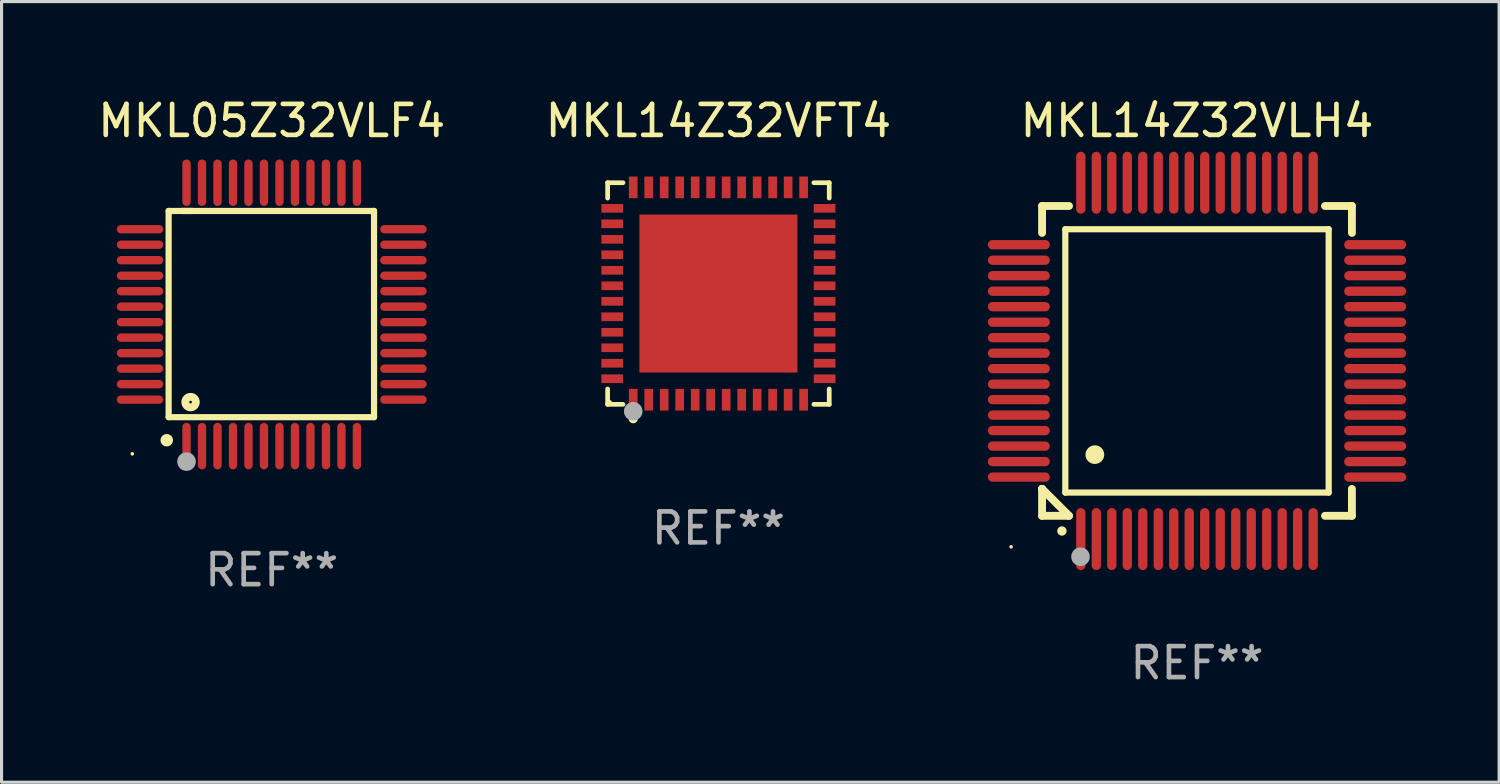
<source format=kicad_pcb>
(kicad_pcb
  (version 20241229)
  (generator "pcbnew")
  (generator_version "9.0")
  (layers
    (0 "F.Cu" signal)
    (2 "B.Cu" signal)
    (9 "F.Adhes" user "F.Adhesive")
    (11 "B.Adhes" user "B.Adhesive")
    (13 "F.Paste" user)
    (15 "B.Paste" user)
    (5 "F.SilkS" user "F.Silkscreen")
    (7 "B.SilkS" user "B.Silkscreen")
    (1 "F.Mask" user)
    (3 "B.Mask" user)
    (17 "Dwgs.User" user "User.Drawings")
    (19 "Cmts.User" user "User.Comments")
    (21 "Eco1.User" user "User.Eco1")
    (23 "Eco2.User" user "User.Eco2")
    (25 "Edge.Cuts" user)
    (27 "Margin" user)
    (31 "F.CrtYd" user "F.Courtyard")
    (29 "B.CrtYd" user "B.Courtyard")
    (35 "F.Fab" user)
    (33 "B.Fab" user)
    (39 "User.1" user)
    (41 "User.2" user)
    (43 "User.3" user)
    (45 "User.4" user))
  (footprint "MKL05Z32VLF4"
    (layer "F.Cu")
    (at 5.72 7.098)
    (property "Reference" "MKL05Z32VLF4" (at 0 -6.25 0) (layer "F.SilkS") (effects (font (size 1 1) (thickness 0.15))))
    (attr through_hole)
    (fp_line (start -3.327 -3.34) (end -2.565 -3.34) (stroke (width 0.2) (type solid)) (layer "F.SilkS"))
    (fp_line (start -3.327 3.315) (end -3.327 -3.34) (stroke (width 0.2) (type solid)) (layer "F.SilkS"))
    (fp_line (start -2.896 -3.34) (end 3.302 -3.34) (stroke (width 0.2) (type solid)) (layer "F.SilkS"))
    (fp_line (start 3.302 -3.34) (end 3.302 3.315) (stroke (width 0.2) (type solid)) (layer "F.SilkS"))
    (fp_line (start 3.302 3.315) (end -3.327 3.315) (stroke (width 0.2) (type solid)) (layer "F.SilkS"))
    (fp_arc (start -3.389992 4.059995) (mid -3.388722 4.059991) (end -3.387452 4.059995) (stroke (width 0.4) (type solid)) (layer "F.SilkS"))
    (fp_circle (center -4.5 4.5) (end -4.47 4.5) (stroke (width 0.06) (type solid)) (fill no) (layer "F.SilkS"))
    (fp_circle (center -2.62 2.83) (end -2.45 2.83) (stroke (width 0.254) (type solid)) (fill no) (layer "F.SilkS"))
    (fp_circle (center -2.75 4.75) (end -2.6 4.75) (stroke (width 0.3) (type solid)) (fill no) (layer "F.Fab"))
    (fp_text user "REF**" (at 0 8.25 0) (layer "F.Fab") (effects (font (size 1 1) (thickness 0.15))))
    (pad "1" smd oval (at -2.75 4.25) (size 0.27 1.5) (layers "F.Cu" "F.Mask" "F.Paste"))
    (pad "2" smd oval (at -2.25 4.25) (size 0.27 1.5) (layers "F.Cu" "F.Mask" "F.Paste"))
    (pad "3" smd oval (at -1.75 4.25) (size 0.27 1.5) (layers "F.Cu" "F.Mask" "F.Paste"))
    (pad "4" smd oval (at -1.25 4.25) (size 0.27 1.5) (layers "F.Cu" "F.Mask" "F.Paste"))
    (pad "5" smd oval (at -0.75 4.25) (size 0.27 1.5) (layers "F.Cu" "F.Mask" "F.Paste"))
    (pad "6" smd oval (at -0.25 4.25) (size 0.27 1.5) (layers "F.Cu" "F.Mask" "F.Paste"))
    (pad "7" smd oval (at 0.25 4.25) (size 0.27 1.5) (layers "F.Cu" "F.Mask" "F.Paste"))
    (pad "8" smd oval (at 0.75 4.25) (size 0.27 1.5) (layers "F.Cu" "F.Mask" "F.Paste"))
    (pad "9" smd oval (at 1.25 4.25) (size 0.27 1.5) (layers "F.Cu" "F.Mask" "F.Paste"))
    (pad "10" smd oval (at 1.75 4.25) (size 0.27 1.5) (layers "F.Cu" "F.Mask" "F.Paste"))
    (pad "11" smd oval (at 2.25 4.25) (size 0.27 1.5) (layers "F.Cu" "F.Mask" "F.Paste"))
    (pad "12" smd oval (at 2.75 4.25) (size 0.27 1.5) (layers "F.Cu" "F.Mask" "F.Paste"))
    (pad "13" smd oval (at 4.25 2.75) (size 1.5 0.27) (layers "F.Cu" "F.Mask" "F.Paste"))
    (pad "14" smd oval (at 4.25 2.25) (size 1.5 0.27) (layers "F.Cu" "F.Mask" "F.Paste"))
    (pad "15" smd oval (at 4.25 1.75) (size 1.5 0.27) (layers "F.Cu" "F.Mask" "F.Paste"))
    (pad "16" smd oval (at 4.25 1.25) (size 1.5 0.27) (layers "F.Cu" "F.Mask" "F.Paste"))
    (pad "17" smd oval (at 4.25 0.75) (size 1.5 0.27) (layers "F.Cu" "F.Mask" "F.Paste"))
    (pad "18" smd oval (at 4.25 0.25) (size 1.5 0.27) (layers "F.Cu" "F.Mask" "F.Paste"))
    (pad "19" smd oval (at 4.25 -0.25) (size 1.5 0.27) (layers "F.Cu" "F.Mask" "F.Paste"))
    (pad "20" smd oval (at 4.25 -0.75) (size 1.5 0.27) (layers "F.Cu" "F.Mask" "F.Paste"))
    (pad "21" smd oval (at 4.25 -1.25) (size 1.5 0.27) (layers "F.Cu" "F.Mask" "F.Paste"))
    (pad "22" smd oval (at 4.25 -1.75) (size 1.5 0.27) (layers "F.Cu" "F.Mask" "F.Paste"))
    (pad "23" smd oval (at 4.25 -2.25) (size 1.5 0.27) (layers "F.Cu" "F.Mask" "F.Paste"))
    (pad "24" smd oval (at 4.25 -2.75) (size 1.5 0.27) (layers "F.Cu" "F.Mask" "F.Paste"))
    (pad "25" smd oval (at 2.75 -4.25) (size 0.27 1.5) (layers "F.Cu" "F.Mask" "F.Paste"))
    (pad "26" smd oval (at 2.25 -4.25) (size 0.27 1.5) (layers "F.Cu" "F.Mask" "F.Paste"))
    (pad "27" smd oval (at 1.75 -4.25) (size 0.27 1.5) (layers "F.Cu" "F.Mask" "F.Paste"))
    (pad "28" smd oval (at 1.25 -4.25) (size 0.27 1.5) (layers "F.Cu" "F.Mask" "F.Paste"))
    (pad "29" smd oval (at 0.75 -4.25) (size 0.27 1.5) (layers "F.Cu" "F.Mask" "F.Paste"))
    (pad "30" smd oval (at 0.25 -4.25) (size 0.27 1.5) (layers "F.Cu" "F.Mask" "F.Paste"))
    (pad "31" smd oval (at -0.25 -4.25) (size 0.27 1.5) (layers "F.Cu" "F.Mask" "F.Paste"))
    (pad "32" smd oval (at -0.75 -4.25) (size 0.27 1.5) (layers "F.Cu" "F.Mask" "F.Paste"))
    (pad "33" smd oval (at -1.25 -4.25) (size 0.27 1.5) (layers "F.Cu" "F.Mask" "F.Paste"))
    (pad "34" smd oval (at -1.75 -4.25) (size 0.27 1.5) (layers "F.Cu" "F.Mask" "F.Paste"))
    (pad "35" smd oval (at -2.25 -4.25) (size 0.27 1.5) (layers "F.Cu" "F.Mask" "F.Paste"))
    (pad "36" smd oval (at -2.75 -4.25) (size 0.27 1.5) (layers "F.Cu" "F.Mask" "F.Paste"))
    (pad "37" smd oval (at -4.25 -2.75) (size 1.5 0.27) (layers "F.Cu" "F.Mask" "F.Paste"))
    (pad "38" smd oval (at -4.25 -2.25) (size 1.5 0.27) (layers "F.Cu" "F.Mask" "F.Paste"))
    (pad "39" smd oval (at -4.25 -1.75) (size 1.5 0.27) (layers "F.Cu" "F.Mask" "F.Paste"))
    (pad "40" smd oval (at -4.25 -1.25) (size 1.5 0.27) (layers "F.Cu" "F.Mask" "F.Paste"))
    (pad "41" smd oval (at -4.25 -0.75) (size 1.5 0.27) (layers "F.Cu" "F.Mask" "F.Paste"))
    (pad "42" smd oval (at -4.25 -0.25) (size 1.5 0.27) (layers "F.Cu" "F.Mask" "F.Paste"))
    (pad "43" smd oval (at -4.25 0.25) (size 1.5 0.27) (layers "F.Cu" "F.Mask" "F.Paste"))
    (pad "44" smd oval (at -4.25 0.75) (size 1.5 0.27) (layers "F.Cu" "F.Mask" "F.Paste"))
    (pad "45" smd oval (at -4.25 1.25) (size 1.5 0.27) (layers "F.Cu" "F.Mask" "F.Paste"))
    (pad "46" smd oval (at -4.25 1.75) (size 1.5 0.27) (layers "F.Cu" "F.Mask" "F.Paste"))
    (pad "47" smd oval (at -4.25 2.25) (size 1.5 0.27) (layers "F.Cu" "F.Mask" "F.Paste"))
    (pad "48" smd oval (at -4.25 2.75) (size 1.5 0.27) (layers "F.Cu" "F.Mask" "F.Paste")))
  (footprint "MKL14Z32VLH4"
    (layer "F.Cu")
    (at 35.583 8.598)
    (property "Reference" "MKL14Z32VLH4" (at 0 -7.75 0) (layer "F.SilkS") (effects (font (size 1 1) (thickness 0.15))))
    (attr through_hole)
    (fp_line (start -5 -5) (end -4.131 -5) (stroke (width 0.254) (type solid)) (layer "F.SilkS"))
    (fp_line (start -5 -4.131) (end -5 -5) (stroke (width 0.254) (type solid)) (layer "F.SilkS"))
    (fp_line (start -5 4.131) (end -5 4.131) (stroke (width 0.254) (type solid)) (layer "F.SilkS"))
    (fp_line (start -5 5) (end -5 4.131) (stroke (width 0.254) (type solid)) (layer "F.SilkS"))
    (fp_line (start -5 4.131) (end -4.131 5) (stroke (width 0.254) (type solid)) (layer "F.SilkS"))
    (fp_line (start -4.25 -4.25) (end -4.25 4.25) (stroke (width 0.2) (type solid)) (layer "F.SilkS"))
    (fp_line (start -4.25 4.25) (end 4.25 4.25) (stroke (width 0.2) (type solid)) (layer "F.SilkS"))
    (fp_line (start -4.131 5) (end -5 5) (stroke (width 0.254) (type solid)) (layer "F.SilkS"))
    (fp_line (start 4.25 -4.25) (end -4.25 -4.25) (stroke (width 0.2) (type solid)) (layer "F.SilkS"))
    (fp_line (start 4.25 4.25) (end 4.25 -4.25) (stroke (width 0.2) (type solid)) (layer "F.SilkS"))
    (fp_line (start 5 -5) (end 4.131 -5) (stroke (width 0.254) (type solid)) (layer "F.SilkS"))
    (fp_line (start 5 -5) (end 5 -4.131) (stroke (width 0.254) (type solid)) (layer "F.SilkS"))
    (fp_line (start 5 4.131) (end 5 5) (stroke (width 0.254) (type solid)) (layer "F.SilkS"))
    (fp_line (start 5 5) (end 4.131 5) (stroke (width 0.254) (type solid)) (layer "F.SilkS"))
    (fp_arc (start -4.361265 5.489992) (mid -4.359995 5.489987) (end -4.358725 5.489992) (stroke (width 0.3) (type solid)) (layer "F.SilkS"))
    (fp_arc (start -3.299467 3.025146) (mid -3.296927 3.025135) (end -3.294387 3.025146) (stroke (width 0.6) (type solid)) (layer "F.SilkS"))
    (fp_circle (center -6 6) (end -5.97 6) (stroke (width 0.06) (type solid)) (fill no) (layer "F.SilkS"))
    (fp_circle (center -3.76 6.32) (end -3.61 6.32) (stroke (width 0.3) (type solid)) (fill no) (layer "F.Fab"))
    (fp_text user "REF**" (at 0 9.75 0) (layer "F.Fab") (effects (font (size 1 1) (thickness 0.15))))
    (pad "1" smd oval (at -3.75 5.75) (size 0.3 2) (layers "F.Cu" "F.Mask" "F.Paste"))
    (pad "2" smd oval (at -3.25 5.75) (size 0.3 2) (layers "F.Cu" "F.Mask" "F.Paste"))
    (pad "3" smd oval (at -2.75 5.75) (size 0.3 2) (layers "F.Cu" "F.Mask" "F.Paste"))
    (pad "4" smd oval (at -2.25 5.75) (size 0.3 2) (layers "F.Cu" "F.Mask" "F.Paste"))
    (pad "5" smd oval (at -1.75 5.75) (size 0.3 2) (layers "F.Cu" "F.Mask" "F.Paste"))
    (pad "6" smd oval (at -1.25 5.75) (size 0.3 2) (layers "F.Cu" "F.Mask" "F.Paste"))
    (pad "7" smd oval (at -0.75 5.75) (size 0.3 2) (layers "F.Cu" "F.Mask" "F.Paste"))
    (pad "8" smd oval (at -0.25 5.75) (size 0.3 2) (layers "F.Cu" "F.Mask" "F.Paste"))
    (pad "9" smd oval (at 0.25 5.75) (size 0.3 2) (layers "F.Cu" "F.Mask" "F.Paste"))
    (pad "10" smd oval (at 0.75 5.75) (size 0.3 2) (layers "F.Cu" "F.Mask" "F.Paste"))
    (pad "11" smd oval (at 1.25 5.75) (size 0.3 2) (layers "F.Cu" "F.Mask" "F.Paste"))
    (pad "12" smd oval (at 1.75 5.75) (size 0.3 2) (layers "F.Cu" "F.Mask" "F.Paste"))
    (pad "13" smd oval (at 2.25 5.75) (size 0.3 2) (layers "F.Cu" "F.Mask" "F.Paste"))
    (pad "14" smd oval (at 2.75 5.75) (size 0.3 2) (layers "F.Cu" "F.Mask" "F.Paste"))
    (pad "15" smd oval (at 3.25 5.75) (size 0.3 2) (layers "F.Cu" "F.Mask" "F.Paste"))
    (pad "16" smd oval (at 3.75 5.75) (size 0.3 2) (layers "F.Cu" "F.Mask" "F.Paste"))
    (pad "17" smd oval (at 5.75 3.75) (size 2 0.3) (layers "F.Cu" "F.Mask" "F.Paste"))
    (pad "18" smd oval (at 5.75 3.25) (size 2 0.3) (layers "F.Cu" "F.Mask" "F.Paste"))
    (pad "19" smd oval (at 5.75 2.75) (size 2 0.3) (layers "F.Cu" "F.Mask" "F.Paste"))
    (pad "20" smd oval (at 5.75 2.25) (size 2 0.3) (layers "F.Cu" "F.Mask" "F.Paste"))
    (pad "21" smd oval (at 5.75 1.75) (size 2 0.3) (layers "F.Cu" "F.Mask" "F.Paste"))
    (pad "22" smd oval (at 5.75 1.25) (size 2 0.3) (layers "F.Cu" "F.Mask" "F.Paste"))
    (pad "23" smd oval (at 5.75 0.75) (size 2 0.3) (layers "F.Cu" "F.Mask" "F.Paste"))
    (pad "24" smd oval (at 5.75 0.25) (size 2 0.3) (layers "F.Cu" "F.Mask" "F.Paste"))
    (pad "25" smd oval (at 5.75 -0.25) (size 2 0.3) (layers "F.Cu" "F.Mask" "F.Paste"))
    (pad "26" smd oval (at 5.75 -0.75) (size 2 0.3) (layers "F.Cu" "F.Mask" "F.Paste"))
    (pad "27" smd oval (at 5.75 -1.25) (size 2 0.3) (layers "F.Cu" "F.Mask" "F.Paste"))
    (pad "28" smd oval (at 5.75 -1.75) (size 2 0.3) (layers "F.Cu" "F.Mask" "F.Paste"))
    (pad "29" smd oval (at 5.75 -2.25) (size 2 0.3) (layers "F.Cu" "F.Mask" "F.Paste"))
    (pad "30" smd oval (at 5.75 -2.75) (size 2 0.3) (layers "F.Cu" "F.Mask" "F.Paste"))
    (pad "31" smd oval (at 5.75 -3.25) (size 2 0.3) (layers "F.Cu" "F.Mask" "F.Paste"))
    (pad "32" smd oval (at 5.75 -3.75) (size 2 0.3) (layers "F.Cu" "F.Mask" "F.Paste"))
    (pad "33" smd oval (at 3.75 -5.75) (size 0.3 2) (layers "F.Cu" "F.Mask" "F.Paste"))
    (pad "34" smd oval (at 3.25 -5.75) (size 0.3 2) (layers "F.Cu" "F.Mask" "F.Paste"))
    (pad "35" smd oval (at 2.75 -5.75) (size 0.3 2) (layers "F.Cu" "F.Mask" "F.Paste"))
    (pad "36" smd oval (at 2.25 -5.75) (size 0.3 2) (layers "F.Cu" "F.Mask" "F.Paste"))
    (pad "37" smd oval (at 1.75 -5.75) (size 0.3 2) (layers "F.Cu" "F.Mask" "F.Paste"))
    (pad "38" smd oval (at 1.25 -5.75) (size 0.3 2) (layers "F.Cu" "F.Mask" "F.Paste"))
    (pad "39" smd oval (at 0.75 -5.75) (size 0.3 2) (layers "F.Cu" "F.Mask" "F.Paste"))
    (pad "40" smd oval (at 0.25 -5.75) (size 0.3 2) (layers "F.Cu" "F.Mask" "F.Paste"))
    (pad "41" smd oval (at -0.25 -5.75) (size 0.3 2) (layers "F.Cu" "F.Mask" "F.Paste"))
    (pad "42" smd oval (at -0.75 -5.75) (size 0.3 2) (layers "F.Cu" "F.Mask" "F.Paste"))
    (pad "43" smd oval (at -1.25 -5.75) (size 0.3 2) (layers "F.Cu" "F.Mask" "F.Paste"))
    (pad "44" smd oval (at -1.75 -5.75) (size 0.3 2) (layers "F.Cu" "F.Mask" "F.Paste"))
    (pad "45" smd oval (at -2.25 -5.75) (size 0.3 2) (layers "F.Cu" "F.Mask" "F.Paste"))
    (pad "46" smd oval (at -2.75 -5.75) (size 0.3 2) (layers "F.Cu" "F.Mask" "F.Paste"))
    (pad "47" smd oval (at -3.25 -5.75) (size 0.3 2) (layers "F.Cu" "F.Mask" "F.Paste"))
    (pad "48" smd oval (at -3.75 -5.75) (size 0.3 2) (layers "F.Cu" "F.Mask" "F.Paste"))
    (pad "49" smd oval (at -5.75 -3.75) (size 2 0.3) (layers "F.Cu" "F.Mask" "F.Paste"))
    (pad "50" smd oval (at -5.75 -3.25) (size 2 0.3) (layers "F.Cu" "F.Mask" "F.Paste"))
    (pad "51" smd oval (at -5.75 -2.75) (size 2 0.3) (layers "F.Cu" "F.Mask" "F.Paste"))
    (pad "52" smd oval (at -5.75 -2.25) (size 2 0.3) (layers "F.Cu" "F.Mask" "F.Paste"))
    (pad "53" smd oval (at -5.75 -1.75) (size 2 0.3) (layers "F.Cu" "F.Mask" "F.Paste"))
    (pad "54" smd oval (at -5.75 -1.25) (size 2 0.3) (layers "F.Cu" "F.Mask" "F.Paste"))
    (pad "55" smd oval (at -5.75 -0.75) (size 2 0.3) (layers "F.Cu" "F.Mask" "F.Paste"))
    (pad "56" smd oval (at -5.75 -0.25) (size 2 0.3) (layers "F.Cu" "F.Mask" "F.Paste"))
    (pad "57" smd oval (at -5.75 0.25) (size 2 0.3) (layers "F.Cu" "F.Mask" "F.Paste"))
    (pad "58" smd oval (at -5.75 0.75) (size 2 0.3) (layers "F.Cu" "F.Mask" "F.Paste"))
    (pad "59" smd oval (at -5.75 1.25) (size 2 0.3) (layers "F.Cu" "F.Mask" "F.Paste"))
    (pad "60" smd oval (at -5.75 1.75) (size 2 0.3) (layers "F.Cu" "F.Mask" "F.Paste"))
    (pad "61" smd oval (at -5.75 2.25) (size 2 0.3) (layers "F.Cu" "F.Mask" "F.Paste"))
    (pad "62" smd oval (at -5.75 2.75) (size 2 0.3) (layers "F.Cu" "F.Mask" "F.Paste"))
    (pad "63" smd oval (at -5.75 3.25) (size 2 0.3) (layers "F.Cu" "F.Mask" "F.Paste"))
    (pad "64" smd oval (at -5.75 3.75) (size 2 0.3) (layers "F.Cu" "F.Mask" "F.Paste")))
  (footprint "MKL14Z32VFT4"
    (layer "F.Cu")
    (at 20.137 6.424)
    (property "Reference" "MKL14Z32VFT4" (at 0 -5.576 0) (layer "F.SilkS") (effects (font (size 1 1) (thickness 0.15))))
    (attr through_hole)
    (fp_line (start -3.576 -3.576) (end -3.081 -3.576) (stroke (width 0.152) (type solid)) (layer "F.SilkS"))
    (fp_line (start -3.576 -3.081) (end -3.576 -3.576) (stroke (width 0.152) (type solid)) (layer "F.SilkS"))
    (fp_line (start -3.576 3.081) (end -3.576 3.576) (stroke (width 0.152) (type solid)) (layer "F.SilkS"))
    (fp_line (start -3.576 3.576) (end -3.081 3.576) (stroke (width 0.152) (type solid)) (layer "F.SilkS"))
    (fp_line (start 3.576 -3.576) (end 3.081 -3.576) (stroke (width 0.152) (type solid)) (layer "F.SilkS"))
    (fp_line (start 3.576 -3.081) (end 3.576 -3.576) (stroke (width 0.152) (type solid)) (layer "F.SilkS"))
    (fp_line (start 3.576 3.081) (end 3.576 3.576) (stroke (width 0.152) (type solid)) (layer "F.SilkS"))
    (fp_line (start 3.576 3.576) (end 3.081 3.576) (stroke (width 0.152) (type solid)) (layer "F.SilkS"))
    (fp_circle (center -3.5 3.5) (end -3.47 3.5) (stroke (width 0.06) (type solid)) (fill no) (layer "F.SilkS"))
    (fp_circle (center -2.75 4.04) (end -2.675 4.04) (stroke (width 0.15) (type solid)) (fill no) (layer "F.SilkS"))
    (fp_circle (center -2.75 3.8) (end -2.6 3.8) (stroke (width 0.3) (type solid)) (fill no) (layer "F.Fab"))
    (fp_text user "REF**" (at 0 7.576 0) (layer "F.Fab") (effects (font (size 1 1) (thickness 0.15))))
    (pad "1" smd rect (at -2.75 3.427) (size 0.28 0.7) (layers "F.Cu" "F.Mask" "F.Paste"))
    (pad "2" smd rect (at -2.25 3.427) (size 0.28 0.7) (layers "F.Cu" "F.Mask" "F.Paste"))
    (pad "3" smd rect (at -1.75 3.427) (size 0.28 0.7) (layers "F.Cu" "F.Mask" "F.Paste"))
    (pad "4" smd rect (at -1.25 3.427) (size 0.28 0.7) (layers "F.Cu" "F.Mask" "F.Paste"))
    (pad "5" smd rect (at -0.75 3.427) (size 0.28 0.7) (layers "F.Cu" "F.Mask" "F.Paste"))
    (pad "6" smd rect (at -0.25 3.427) (size 0.28 0.7) (layers "F.Cu" "F.Mask" "F.Paste"))
    (pad "7" smd rect (at 0.25 3.427) (size 0.28 0.7) (layers "F.Cu" "F.Mask" "F.Paste"))
    (pad "8" smd rect (at 0.75 3.427) (size 0.28 0.7) (layers "F.Cu" "F.Mask" "F.Paste"))
    (pad "9" smd rect (at 1.25 3.427) (size 0.28 0.7) (layers "F.Cu" "F.Mask" "F.Paste"))
    (pad "10" smd rect (at 1.75 3.427) (size 0.28 0.7) (layers "F.Cu" "F.Mask" "F.Paste"))
    (pad "11" smd rect (at 2.25 3.427) (size 0.28 0.7) (layers "F.Cu" "F.Mask" "F.Paste"))
    (pad "12" smd rect (at 2.75 3.427) (size 0.28 0.7) (layers "F.Cu" "F.Mask" "F.Paste"))
    (pad "13" smd rect (at 3.427 2.75) (size 0.7 0.28) (layers "F.Cu" "F.Mask" "F.Paste"))
    (pad "14" smd rect (at 3.427 2.25) (size 0.7 0.28) (layers "F.Cu" "F.Mask" "F.Paste"))
    (pad "15" smd rect (at 3.427 1.75) (size 0.7 0.28) (layers "F.Cu" "F.Mask" "F.Paste"))
    (pad "16" smd rect (at 3.427 1.25) (size 0.7 0.28) (layers "F.Cu" "F.Mask" "F.Paste"))
    (pad "17" smd rect (at 3.427 0.75) (size 0.7 0.28) (layers "F.Cu" "F.Mask" "F.Paste"))
    (pad "18" smd rect (at 3.427 0.25) (size 0.7 0.28) (layers "F.Cu" "F.Mask" "F.Paste"))
    (pad "19" smd rect (at 3.427 -0.25) (size 0.7 0.28) (layers "F.Cu" "F.Mask" "F.Paste"))
    (pad "20" smd rect (at 3.427 -0.75) (size 0.7 0.28) (layers "F.Cu" "F.Mask" "F.Paste"))
    (pad "21" smd rect (at 3.427 -1.25) (size 0.7 0.28) (layers "F.Cu" "F.Mask" "F.Paste"))
    (pad "22" smd rect (at 3.427 -1.75) (size 0.7 0.28) (layers "F.Cu" "F.Mask" "F.Paste"))
    (pad "23" smd rect (at 3.427 -2.25) (size 0.7 0.28) (layers "F.Cu" "F.Mask" "F.Paste"))
    (pad "24" smd rect (at 3.427 -2.75) (size 0.7 0.28) (layers "F.Cu" "F.Mask" "F.Paste"))
    (pad "25" smd rect (at 2.75 -3.427) (size 0.28 0.7) (layers "F.Cu" "F.Mask" "F.Paste"))
    (pad "26" smd rect (at 2.25 -3.427) (size 0.28 0.7) (layers "F.Cu" "F.Mask" "F.Paste"))
    (pad "27" smd rect (at 1.75 -3.427) (size 0.28 0.7) (layers "F.Cu" "F.Mask" "F.Paste"))
    (pad "28" smd rect (at 1.25 -3.427) (size 0.28 0.7) (layers "F.Cu" "F.Mask" "F.Paste"))
    (pad "29" smd rect (at 0.75 -3.427) (size 0.28 0.7) (layers "F.Cu" "F.Mask" "F.Paste"))
    (pad "30" smd rect (at 0.25 -3.427) (size 0.28 0.7) (layers "F.Cu" "F.Mask" "F.Paste"))
    (pad "31" smd rect (at -0.25 -3.427) (size 0.28 0.7) (layers "F.Cu" "F.Mask" "F.Paste"))
    (pad "32" smd rect (at -0.75 -3.427) (size 0.28 0.7) (layers "F.Cu" "F.Mask" "F.Paste"))
    (pad "33" smd rect (at -1.25 -3.427) (size 0.28 0.7) (layers "F.Cu" "F.Mask" "F.Paste"))
    (pad "34" smd rect (at -1.75 -3.427) (size 0.28 0.7) (layers "F.Cu" "F.Mask" "F.Paste"))
    (pad "35" smd rect (at -2.25 -3.427) (size 0.28 0.7) (layers "F.Cu" "F.Mask" "F.Paste"))
    (pad "36" smd rect (at -2.75 -3.427) (size 0.28 0.7) (layers "F.Cu" "F.Mask" "F.Paste"))
    (pad "37" smd rect (at -3.427 -2.75) (size 0.7 0.28) (layers "F.Cu" "F.Mask" "F.Paste"))
    (pad "38" smd rect (at -3.427 -2.25) (size 0.7 0.28) (layers "F.Cu" "F.Mask" "F.Paste"))
    (pad "39" smd rect (at -3.427 -1.75) (size 0.7 0.28) (layers "F.Cu" "F.Mask" "F.Paste"))
    (pad "40" smd rect (at -3.427 -1.25) (size 0.7 0.28) (layers "F.Cu" "F.Mask" "F.Paste"))
    (pad "41" smd rect (at -3.427 -0.75) (size 0.7 0.28) (layers "F.Cu" "F.Mask" "F.Paste"))
    (pad "42" smd rect (at -3.427 -0.25) (size 0.7 0.28) (layers "F.Cu" "F.Mask" "F.Paste"))
    (pad "43" smd rect (at -3.427 0.25) (size 0.7 0.28) (layers "F.Cu" "F.Mask" "F.Paste"))
    (pad "44" smd rect (at -3.427 0.75) (size 0.7 0.28) (layers "F.Cu" "F.Mask" "F.Paste"))
    (pad "45" smd rect (at -3.427 1.25) (size 0.7 0.28) (layers "F.Cu" "F.Mask" "F.Paste"))
    (pad "46" smd rect (at -3.427 1.75) (size 0.7 0.28) (layers "F.Cu" "F.Mask" "F.Paste"))
    (pad "47" smd rect (at -3.427 2.25) (size 0.7 0.28) (layers "F.Cu" "F.Mask" "F.Paste"))
    (pad "48" smd rect (at -3.427 2.75) (size 0.7 0.28) (layers "F.Cu" "F.Mask" "F.Paste"))
    (pad "49" smd rect (at 0 0) (size 5.1 5.1) (layers "F.Cu" "F.Mask" "F.Paste")))
  (gr_rect
    (start -3 -3)
    (end 45.333 22.196)
    (stroke (width 0.1) (type default))
    (fill no)
    (layer "Edge.Cuts")))
</source>
